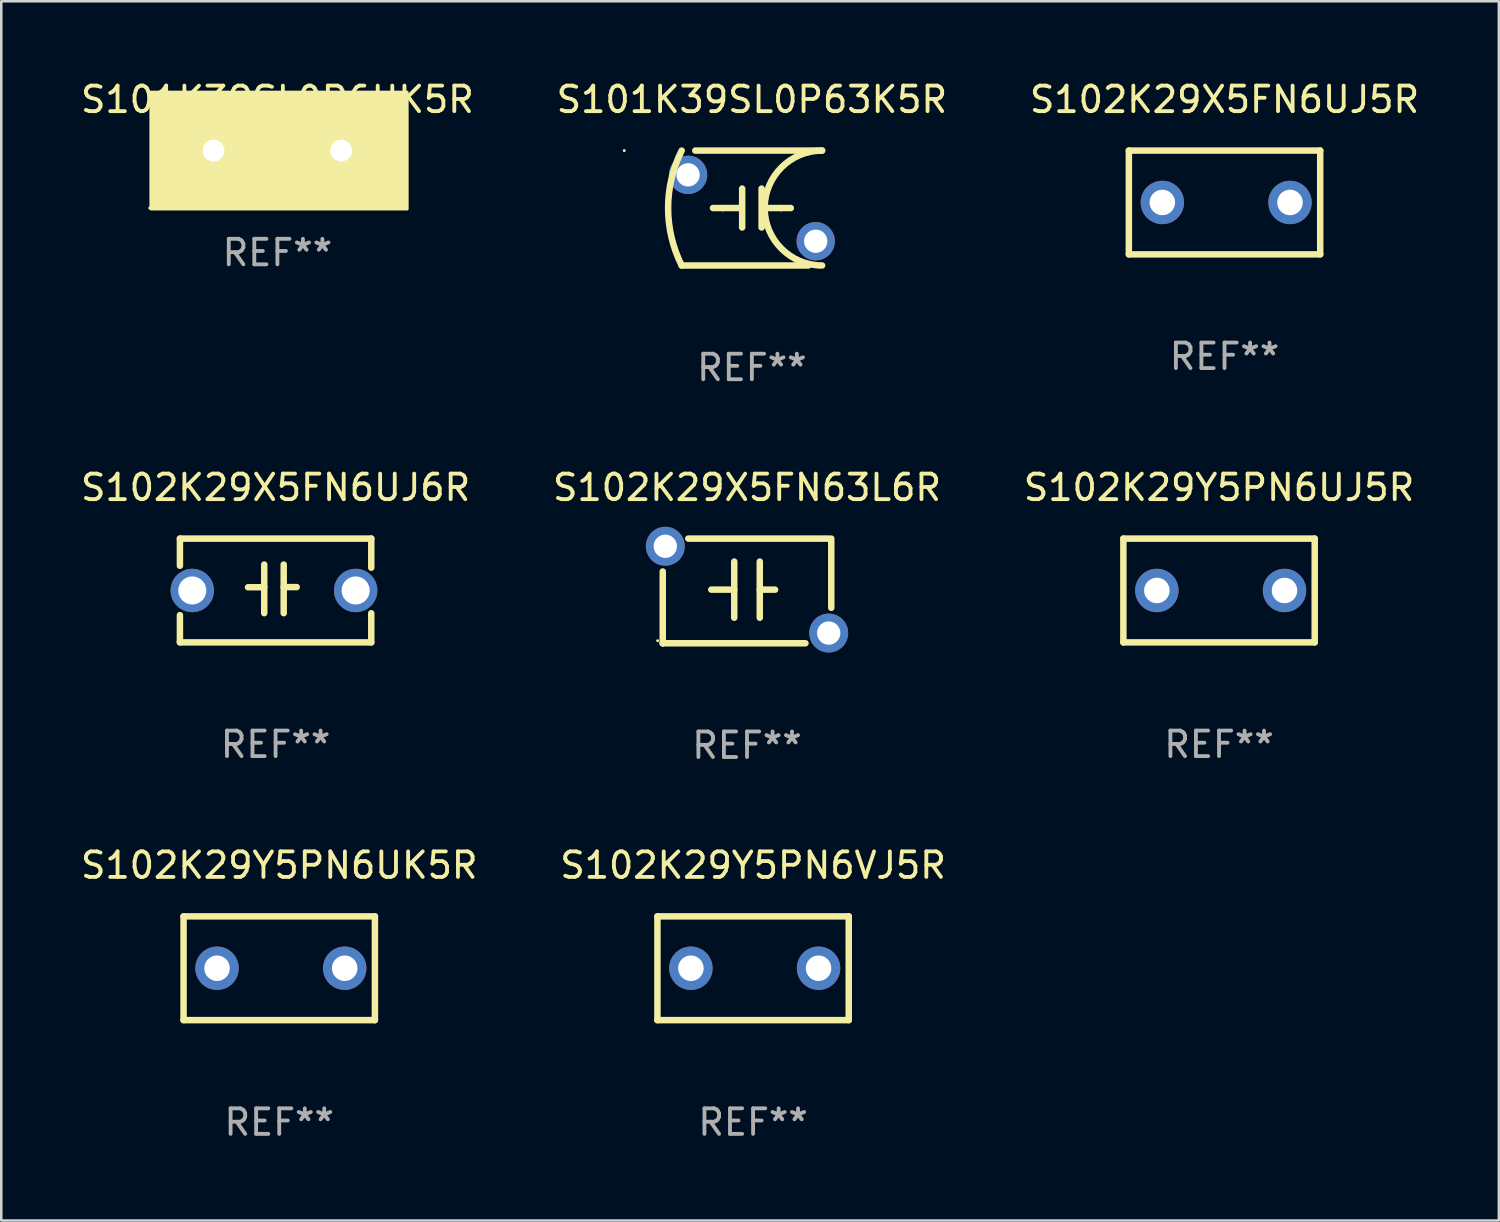
<source format=kicad_pcb>
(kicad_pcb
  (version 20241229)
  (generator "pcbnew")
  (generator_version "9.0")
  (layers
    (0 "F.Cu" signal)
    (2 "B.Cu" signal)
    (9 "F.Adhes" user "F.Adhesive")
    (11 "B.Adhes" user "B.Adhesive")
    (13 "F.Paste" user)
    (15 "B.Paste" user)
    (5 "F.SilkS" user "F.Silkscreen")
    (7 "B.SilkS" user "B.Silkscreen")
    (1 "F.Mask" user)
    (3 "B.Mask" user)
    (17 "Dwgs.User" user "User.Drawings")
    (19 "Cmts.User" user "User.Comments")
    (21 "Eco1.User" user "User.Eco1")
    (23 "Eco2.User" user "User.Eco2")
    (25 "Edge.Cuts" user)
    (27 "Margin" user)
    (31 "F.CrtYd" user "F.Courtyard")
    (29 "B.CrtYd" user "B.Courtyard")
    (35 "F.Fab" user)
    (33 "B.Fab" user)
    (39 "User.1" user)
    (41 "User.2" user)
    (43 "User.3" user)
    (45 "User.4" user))
  (footprint "S102K29Y5PN6VJ5R"
    (layer "F.Cu")
    (at 26.446 34.873)
    (property "Reference" "S102K29Y5PN6VJ5R" (at 0 -4.032 0) (layer "F.SilkS") (effects (font (size 1 1) (thickness 0.15))))
    (attr through_hole)
    (fp_line (start -3.747 -2.032) (end -3.747 2.032) (stroke (width 0.254) (type solid)) (layer "F.SilkS"))
    (fp_line (start -3.747 2.032) (end 3.747 2.032) (stroke (width 0.254) (type solid)) (layer "F.SilkS"))
    (fp_line (start 3.747 -2.032) (end -3.747 -2.032) (stroke (width 0.254) (type solid)) (layer "F.SilkS"))
    (fp_line (start 3.747 2.032) (end 3.747 -2.032) (stroke (width 0.254) (type solid)) (layer "F.SilkS"))
    (fp_circle (center -3.687 2) (end -3.657 2) (stroke (width 0.06) (type solid)) (fill no) (layer "F.SilkS"))
    (fp_text user "REF**" (at 0 6.032 0) (layer "F.Fab") (effects (font (size 1 1) (thickness 0.15))))
    (pad "1" thru_hole circle (at -2.436 0) (size 1.7 1.7) (drill 1) (layers "*.Cu" "*.Mask"))
    (pad "2" thru_hole circle (at 2.564 0) (size 1.7 1.7) (drill 1) (layers "*.Cu" "*.Mask")))
  (footprint "S102K29X5FN6UJ6R"
    (layer "F.Cu")
    (at 7.744 20.077)
    (property "Reference" "S102K29X5FN6UJ6R" (at 0 -4.032 0) (layer "F.SilkS") (effects (font (size 1 1) (thickness 0.15))))
    (attr through_hole)
    (fp_line (start -3.747 -2.032) (end -3.747 -0.967) (stroke (width 0.254) (type solid)) (layer "F.SilkS"))
    (fp_line (start -3.747 0.967) (end -3.747 2.032) (stroke (width 0.254) (type solid)) (layer "F.SilkS"))
    (fp_line (start -3.747 2.032) (end 3.747 2.032) (stroke (width 0.254) (type solid)) (layer "F.SilkS"))
    (fp_line (start -1.08 -0.127) (end -0.445 -0.127) (stroke (width 0.254) (type solid)) (layer "F.SilkS"))
    (fp_line (start -0.445 -1.016) (end -0.445 0.889) (stroke (width 0.254) (type solid)) (layer "F.SilkS"))
    (fp_line (start 0.318 -1.016) (end 0.318 0.889) (stroke (width 0.254) (type solid)) (layer "F.SilkS"))
    (fp_line (start 0.318 -0.132) (end 0.826 -0.132) (stroke (width 0.254) (type solid)) (layer "F.SilkS"))
    (fp_line (start 3.747 -2.032) (end -3.747 -2.032) (stroke (width 0.254) (type solid)) (layer "F.SilkS"))
    (fp_line (start 3.747 -0.892) (end 3.747 -2.032) (stroke (width 0.254) (type solid)) (layer "F.SilkS"))
    (fp_line (start 3.747 2.032) (end 3.747 0.892) (stroke (width 0.254) (type solid)) (layer "F.SilkS"))
    (fp_circle (center -3.814 2) (end -3.784 2) (stroke (width 0.06) (type solid)) (fill no) (layer "F.SilkS"))
    (fp_text user "REF**" (at 0 6.032 0) (layer "F.Fab") (effects (font (size 1 1) (thickness 0.15))))
    (pad "1" thru_hole circle (at -3.263 0) (size 1.7 1.7) (drill 1.1) (layers "*.Cu" "*.Mask"))
    (pad "2" thru_hole circle (at 3.136 0) (size 1.7 1.7) (drill 1.1) (layers "*.Cu" "*.Mask")))
  (footprint "S101K39SL0P6UK5R"
    (layer "F.Cu")
    (at 7.815 2.848)
    (property "Reference" "S101K39SL0P6UK5R" (at 0 -2 0) (layer "F.SilkS") (effects (font (size 1 1) (thickness 0.15))))
    (attr through_hole)
    (fp_circle (center -5 2.25) (end -4.97 2.25) (stroke (width 0.06) (type solid)) (fill no) (layer "F.SilkS"))
    (fp_poly (pts (xy -4.953 -2.286) (xy 5.08 -2.286) (xy 5.08 2.286) (xy -4.953 2.286)) (stroke (width 0.12) (type solid)) (fill yes) (layer "F.SilkS"))
    (fp_text user "REF**" (at 0 4 0) (layer "F.Fab") (effects (font (size 1 1) (thickness 0.15))))
    (pad "1" thru_hole circle (at -2.5 0) (size 1.524 1.524) (drill 0.85) (layers "*.Cu" "*.Mask"))
    (pad "2" thru_hole circle (at 2.5 0) (size 1.524 1.524) (drill 0.85) (layers "*.Cu" "*.Mask")))
  (footprint "S102K29X5FN63L6R"
    (layer "F.Cu")
    (at 26.208 20.095)
    (property "Reference" "S102K29X5FN63L6R" (at 0 -4.05 0) (layer "F.SilkS") (effects (font (size 1 1) (thickness 0.15))))
    (attr through_hole)
    (fp_line (start -3.3 2.05) (end -3.3 -0.762) (stroke (width 0.254) (type solid)) (layer "F.SilkS"))
    (fp_line (start -3.3 2.05) (end -3.3 2.05) (stroke (width 0.254) (type solid)) (layer "F.SilkS"))
    (fp_line (start -3.2 -2.05) (end -3.3 -2.05) (stroke (width 0.254) (type solid)) (layer "F.SilkS"))
    (fp_line (start -2.3 -2.05) (end 3.2 -2.05) (stroke (width 0.254) (type solid)) (layer "F.SilkS"))
    (fp_line (start -1.4 -0.05) (end -0.5 -0.05) (stroke (width 0.254) (type solid)) (layer "F.SilkS"))
    (fp_line (start -0.5 -1.15) (end -0.5 1.05) (stroke (width 0.254) (type solid)) (layer "F.SilkS"))
    (fp_line (start 0.5 -1.15) (end 0.5 1.05) (stroke (width 0.254) (type solid)) (layer "F.SilkS"))
    (fp_line (start 1.1 -0.05) (end 0.5 -0.05) (stroke (width 0.254) (type solid)) (layer "F.SilkS"))
    (fp_line (start 2.29 2.05) (end -3.3 2.05) (stroke (width 0.254) (type solid)) (layer "F.SilkS"))
    (fp_line (start 3.3 -2.05) (end 3.3 0.662) (stroke (width 0.254) (type solid)) (layer "F.SilkS"))
    (fp_circle (center -3.5 1.95) (end -3.47 1.95) (stroke (width 0.06) (type solid)) (fill no) (layer "F.SilkS"))
    (fp_text user "REF**" (at 0 6.05 0) (layer "F.Fab") (effects (font (size 1 1) (thickness 0.15))))
    (pad "1" thru_hole circle (at -3.2 -1.75) (size 1.524 1.524) (drill 0.914) (layers "*.Cu" "*.Mask"))
    (pad "2" thru_hole circle (at 3.2 1.65) (size 1.524 1.524) (drill 0.914) (layers "*.Cu" "*.Mask")))
  (footprint "S102K29Y5PN6UK5R"
    (layer "F.Cu")
    (at 7.887 34.873)
    (property "Reference" "S102K29Y5PN6UK5R" (at 0 -4.032 0) (layer "F.SilkS") (effects (font (size 1 1) (thickness 0.15))))
    (attr through_hole)
    (fp_line (start -3.747 -2.032) (end -3.747 2.032) (stroke (width 0.254) (type solid)) (layer "F.SilkS"))
    (fp_line (start -3.747 2.032) (end 3.747 2.032) (stroke (width 0.254) (type solid)) (layer "F.SilkS"))
    (fp_line (start 3.747 -2.032) (end -3.747 -2.032) (stroke (width 0.254) (type solid)) (layer "F.SilkS"))
    (fp_line (start 3.747 2.032) (end 3.747 -2.032) (stroke (width 0.254) (type solid)) (layer "F.SilkS"))
    (fp_circle (center -3.687 2) (end -3.657 2) (stroke (width 0.06) (type solid)) (fill no) (layer "F.SilkS"))
    (fp_text user "REF**" (at 0 6.032 0) (layer "F.Fab") (effects (font (size 1 1) (thickness 0.15))))
    (pad "1" thru_hole circle (at -2.436 0) (size 1.7 1.7) (drill 1) (layers "*.Cu" "*.Mask"))
    (pad "2" thru_hole circle (at 2.564 0) (size 1.7 1.7) (drill 1) (layers "*.Cu" "*.Mask")))
  (footprint "S102K29Y5PN6UJ5R"
    (layer "F.Cu")
    (at 44.696 20.077)
    (property "Reference" "S102K29Y5PN6UJ5R" (at 0 -4.032 0) (layer "F.SilkS") (effects (font (size 1 1) (thickness 0.15))))
    (attr through_hole)
    (fp_line (start -3.747 -2.032) (end -3.747 2.032) (stroke (width 0.254) (type solid)) (layer "F.SilkS"))
    (fp_line (start -3.747 2.032) (end 3.747 2.032) (stroke (width 0.254) (type solid)) (layer "F.SilkS"))
    (fp_line (start 3.747 -2.032) (end -3.747 -2.032) (stroke (width 0.254) (type solid)) (layer "F.SilkS"))
    (fp_line (start 3.747 2.032) (end 3.747 -2.032) (stroke (width 0.254) (type solid)) (layer "F.SilkS"))
    (fp_circle (center -3.687 2) (end -3.657 2) (stroke (width 0.06) (type solid)) (fill no) (layer "F.SilkS"))
    (fp_text user "REF**" (at 0 6.032 0) (layer "F.Fab") (effects (font (size 1 1) (thickness 0.15))))
    (pad "1" thru_hole circle (at -2.436 0) (size 1.7 1.7) (drill 1) (layers "*.Cu" "*.Mask"))
    (pad "2" thru_hole circle (at 2.564 0) (size 1.7 1.7) (drill 1) (layers "*.Cu" "*.Mask")))
  (footprint "S102K29X5FN6UJ5R"
    (layer "F.Cu")
    (at 44.911 4.88)
    (property "Reference" "S102K29X5FN6UJ5R" (at 0 -4.032 0) (layer "F.SilkS") (effects (font (size 1 1) (thickness 0.15))))
    (attr through_hole)
    (fp_line (start -3.747 -2.032) (end -3.747 2.032) (stroke (width 0.254) (type solid)) (layer "F.SilkS"))
    (fp_line (start -3.747 2.032) (end 3.747 2.032) (stroke (width 0.254) (type solid)) (layer "F.SilkS"))
    (fp_line (start 3.747 -2.032) (end -3.747 -2.032) (stroke (width 0.254) (type solid)) (layer "F.SilkS"))
    (fp_line (start 3.747 2.032) (end 3.747 -2.032) (stroke (width 0.254) (type solid)) (layer "F.SilkS"))
    (fp_circle (center -3.687 2) (end -3.657 2) (stroke (width 0.06) (type solid)) (fill no) (layer "F.SilkS"))
    (fp_text user "REF**" (at 0 6.032 0) (layer "F.Fab") (effects (font (size 1 1) (thickness 0.15))))
    (pad "1" thru_hole circle (at -2.436 0) (size 1.7 1.7) (drill 1) (layers "*.Cu" "*.Mask"))
    (pad "2" thru_hole circle (at 2.564 0) (size 1.7 1.7) (drill 1) (layers "*.Cu" "*.Mask")))
  (footprint "S101K39SL0P63K5R"
    (layer "F.Cu")
    (at 26.399 5.098)
    (property "Reference" "S101K39SL0P63K5R" (at 0 -4.25 0) (layer "F.SilkS") (effects (font (size 1 1) (thickness 0.15))))
    (attr through_hole)
    (fp_line (start -2.75 2.25) (end 2.217 2.25) (stroke (width 0.254) (type solid)) (layer "F.SilkS"))
    (fp_line (start -1.143 0) (end -1.524 0) (stroke (width 0.254) (type solid)) (layer "F.SilkS"))
    (fp_line (start -1.143 0) (end -0.508 0) (stroke (width 0.254) (type solid)) (layer "F.SilkS"))
    (fp_line (start -0.381 -0.762) (end -0.381 0.762) (stroke (width 0.254) (type solid)) (layer "F.SilkS"))
    (fp_line (start 0.381 -0.762) (end 0.381 0.762) (stroke (width 0.254) (type solid)) (layer "F.SilkS"))
    (fp_line (start 1.143 0) (end 0.508 0) (stroke (width 0.254) (type solid)) (layer "F.SilkS"))
    (fp_line (start 1.143 0) (end 1.524 0) (stroke (width 0.254) (type solid)) (layer "F.SilkS"))
    (fp_line (start 2.75 -2.25) (end -2.217 -2.25) (stroke (width 0.254) (type solid)) (layer "F.SilkS"))
    (fp_arc (start -2.749962 2.250013) (mid -3.281118 0) (end -2.749962 -2.250013) (stroke (width 0.254001) (type solid)) (layer "F.SilkS"))
    (fp_arc (start 2.749962 2.250013) (mid 0.499949 0) (end 2.749962 -2.250013) (stroke (width 0.254001) (type solid)) (layer "F.SilkS"))
    (fp_circle (center -5 -2.25) (end -4.97 -2.25) (stroke (width 0.06) (type solid)) (fill no) (layer "F.SilkS"))
    (fp_text user "REF**" (at 0 6.25 0) (layer "F.Fab") (effects (font (size 1 1) (thickness 0.15))))
    (pad "1" thru_hole circle (at -2.5 -1.3) (size 1.5 1.5) (drill 0.914) (layers "*.Cu" "*.Mask"))
    (pad "2" thru_hole circle (at 2.5 1.3) (size 1.5 1.5) (drill 0.914) (layers "*.Cu" "*.Mask")))
  (gr_rect
    (start -3 -3)
    (end 55.655 44.754)
    (stroke (width 0.1) (type default))
    (fill no)
    (layer "Edge.Cuts")))
</source>
